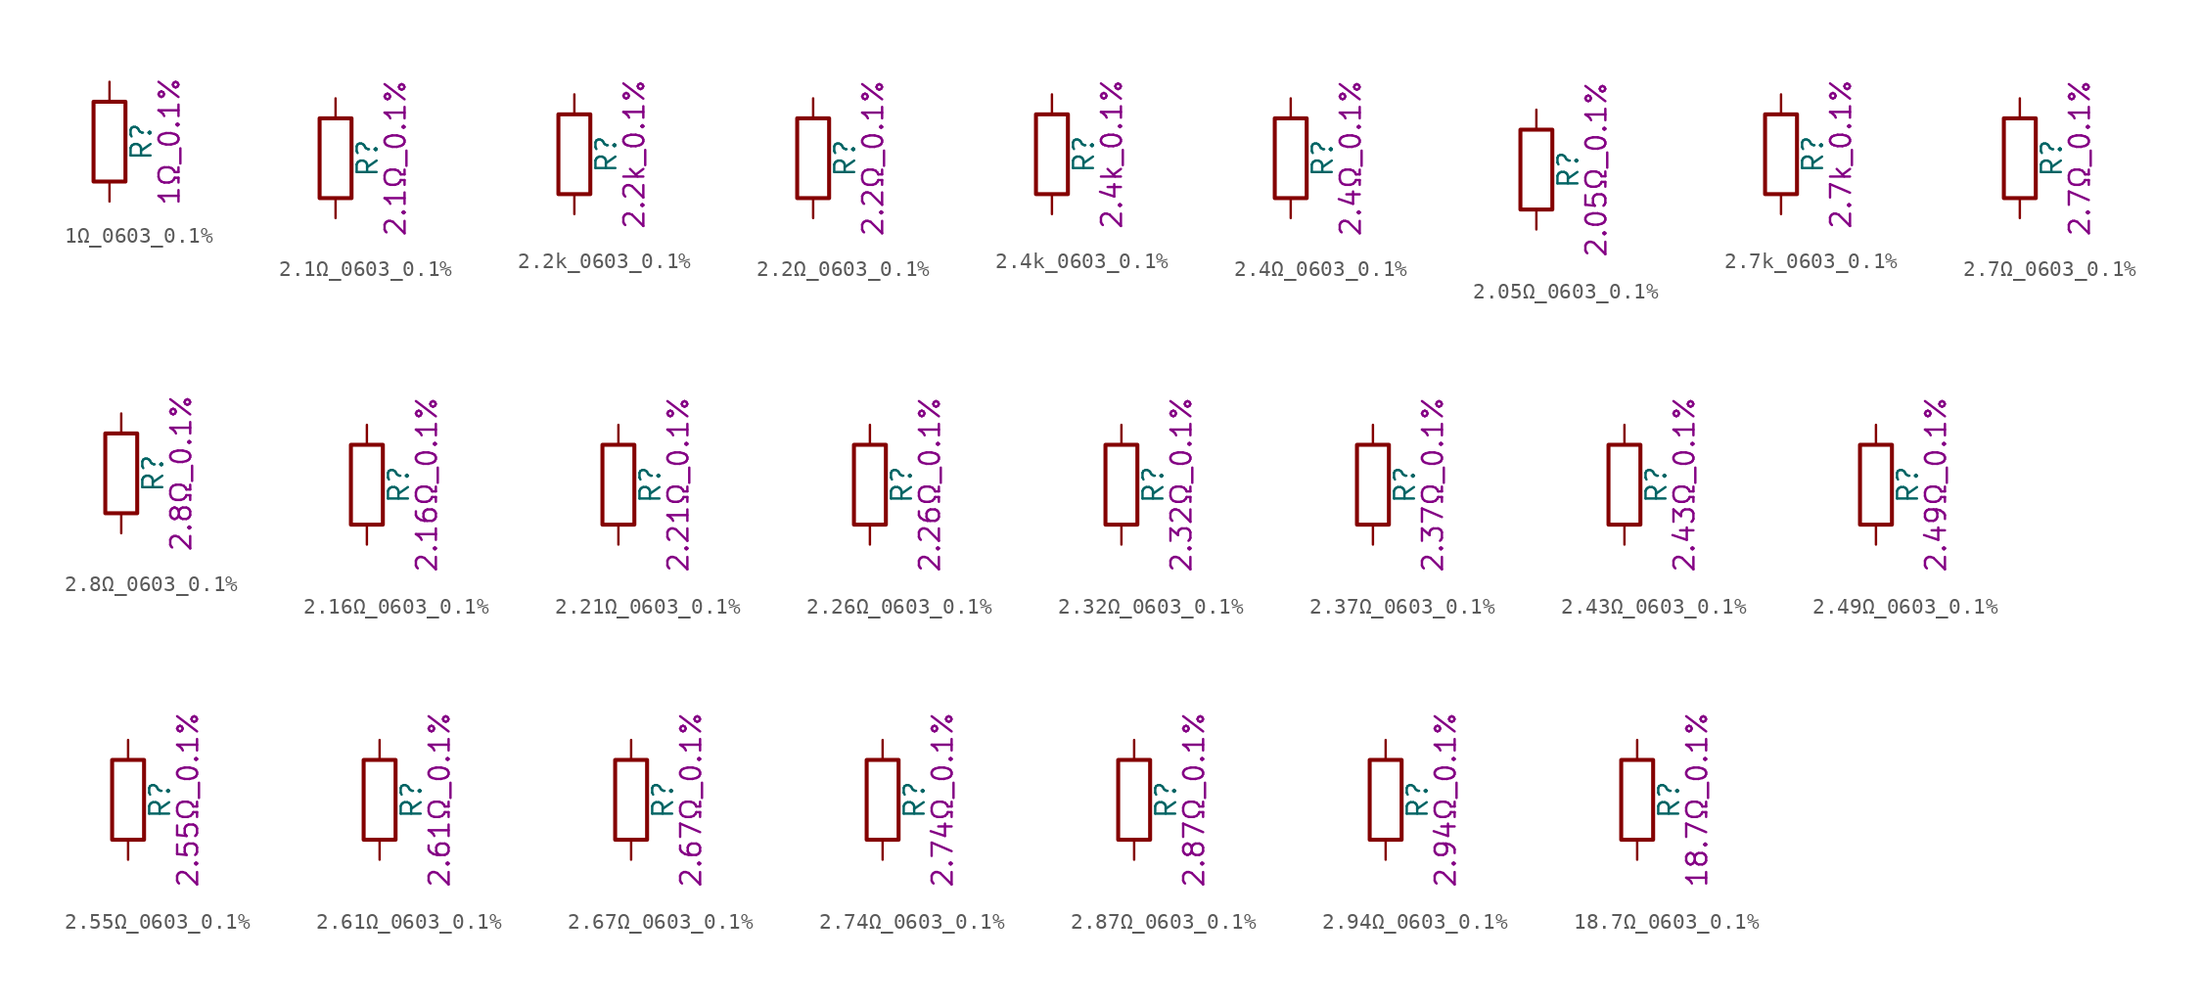
<source format=kicad_sym>
(kicad_symbol_lib
  (version 20211014)
  (generator kicad_symbol_editor)
  (symbol "1Ω_0603_0.1%"
    (pin_numbers hide)
    (pin_names
      (offset 0))
    (property "Reference" "R"
      (at 2.032 0 90)
      (effects (font (size 1.27 1.27))))
    (property "Display" "1Ω_0.1%"
      (at 3.81 0 90)
      (effects (font (size 1.27 1.27))))
    (symbol "1Ω_0603_0.1%_0_1"
      (rectangle (start -1.016 -2.54) (end 1.016 2.54) (stroke (width 0.254) (type default) (color 0 0 0 0)) (fill (type none))))
    (symbol "1Ω_0603_0.1%_1_1"
      (pin passive line (at 0 3.81 270) (length 1.27) (name "~" (effects (font (size 1.27 1.27)))) (number "1" (effects (font (size 1.27 1.27)))))
      (pin passive line (at 0 -3.81 90) (length 1.27) (name "~" (effects (font (size 1.27 1.27)))) (number "2" (effects (font (size 1.27 1.27)))))))
  (symbol "2.1Ω_0603_0.1%"
    (pin_numbers hide)
    (pin_names
      (offset 0))
    (property "Reference" "R"
      (at 2.032 0 90)
      (effects (font (size 1.27 1.27))))
    (property "Display" "2.1Ω_0.1%"
      (at 3.81 0 90)
      (effects (font (size 1.27 1.27))))
    (symbol "2.1Ω_0603_0.1%_0_1"
      (rectangle (start -1.016 -2.54) (end 1.016 2.54) (stroke (width 0.254) (type default) (color 0 0 0 0)) (fill (type none))))
    (symbol "2.1Ω_0603_0.1%_1_1"
      (pin passive line (at 0 3.81 270) (length 1.27) (name "~" (effects (font (size 1.27 1.27)))) (number "1" (effects (font (size 1.27 1.27)))))
      (pin passive line (at 0 -3.81 90) (length 1.27) (name "~" (effects (font (size 1.27 1.27)))) (number "2" (effects (font (size 1.27 1.27)))))))
  (symbol "2.2k_0603_0.1%"
    (pin_numbers hide)
    (pin_names
      (offset 0))
    (property "Reference" "R"
      (at 2.032 0 90)
      (effects (font (size 1.27 1.27))))
    (property "Display" "2.2k_0.1%"
      (at 3.81 0 90)
      (effects (font (size 1.27 1.27))))
    (symbol "2.2k_0603_0.1%_0_1"
      (rectangle (start -1.016 -2.54) (end 1.016 2.54) (stroke (width 0.254) (type default) (color 0 0 0 0)) (fill (type none))))
    (symbol "2.2k_0603_0.1%_1_1"
      (pin passive line (at 0 3.81 270) (length 1.27) (name "~" (effects (font (size 1.27 1.27)))) (number "1" (effects (font (size 1.27 1.27)))))
      (pin passive line (at 0 -3.81 90) (length 1.27) (name "~" (effects (font (size 1.27 1.27)))) (number "2" (effects (font (size 1.27 1.27)))))))
  (symbol "2.2Ω_0603_0.1%"
    (pin_numbers hide)
    (pin_names
      (offset 0))
    (property "Reference" "R"
      (at 2.032 0 90)
      (effects (font (size 1.27 1.27))))
    (property "Display" "2.2Ω_0.1%"
      (at 3.81 0 90)
      (effects (font (size 1.27 1.27))))
    (symbol "2.2Ω_0603_0.1%_0_1"
      (rectangle (start -1.016 -2.54) (end 1.016 2.54) (stroke (width 0.254) (type default) (color 0 0 0 0)) (fill (type none))))
    (symbol "2.2Ω_0603_0.1%_1_1"
      (pin passive line (at 0 3.81 270) (length 1.27) (name "~" (effects (font (size 1.27 1.27)))) (number "1" (effects (font (size 1.27 1.27)))))
      (pin passive line (at 0 -3.81 90) (length 1.27) (name "~" (effects (font (size 1.27 1.27)))) (number "2" (effects (font (size 1.27 1.27)))))))
  (symbol "2.4k_0603_0.1%"
    (pin_numbers hide)
    (pin_names
      (offset 0))
    (property "Reference" "R"
      (at 2.032 0 90)
      (effects (font (size 1.27 1.27))))
    (property "Display" "2.4k_0.1%"
      (at 3.81 0 90)
      (effects (font (size 1.27 1.27))))
    (symbol "2.4k_0603_0.1%_0_1"
      (rectangle (start -1.016 -2.54) (end 1.016 2.54) (stroke (width 0.254) (type default) (color 0 0 0 0)) (fill (type none))))
    (symbol "2.4k_0603_0.1%_1_1"
      (pin passive line (at 0 3.81 270) (length 1.27) (name "~" (effects (font (size 1.27 1.27)))) (number "1" (effects (font (size 1.27 1.27)))))
      (pin passive line (at 0 -3.81 90) (length 1.27) (name "~" (effects (font (size 1.27 1.27)))) (number "2" (effects (font (size 1.27 1.27)))))))
  (symbol "2.4Ω_0603_0.1%"
    (pin_numbers hide)
    (pin_names
      (offset 0))
    (property "Reference" "R"
      (at 2.032 0 90)
      (effects (font (size 1.27 1.27))))
    (property "Display" "2.4Ω_0.1%"
      (at 3.81 0 90)
      (effects (font (size 1.27 1.27))))
    (symbol "2.4Ω_0603_0.1%_0_1"
      (rectangle (start -1.016 -2.54) (end 1.016 2.54) (stroke (width 0.254) (type default) (color 0 0 0 0)) (fill (type none))))
    (symbol "2.4Ω_0603_0.1%_1_1"
      (pin passive line (at 0 3.81 270) (length 1.27) (name "~" (effects (font (size 1.27 1.27)))) (number "1" (effects (font (size 1.27 1.27)))))
      (pin passive line (at 0 -3.81 90) (length 1.27) (name "~" (effects (font (size 1.27 1.27)))) (number "2" (effects (font (size 1.27 1.27)))))))
  (symbol "2.05Ω_0603_0.1%"
    (pin_numbers hide)
    (pin_names
      (offset 0))
    (property "Reference" "R"
      (at 2.032 0 90)
      (effects (font (size 1.27 1.27))))
    (property "Display" "2.05Ω_0.1%"
      (at 3.81 0 90)
      (effects (font (size 1.27 1.27))))
    (symbol "2.05Ω_0603_0.1%_0_1"
      (rectangle (start -1.016 -2.54) (end 1.016 2.54) (stroke (width 0.254) (type default) (color 0 0 0 0)) (fill (type none))))
    (symbol "2.05Ω_0603_0.1%_1_1"
      (pin passive line (at 0 3.81 270) (length 1.27) (name "~" (effects (font (size 1.27 1.27)))) (number "1" (effects (font (size 1.27 1.27)))))
      (pin passive line (at 0 -3.81 90) (length 1.27) (name "~" (effects (font (size 1.27 1.27)))) (number "2" (effects (font (size 1.27 1.27)))))))
  (symbol "2.7k_0603_0.1%"
    (pin_numbers hide)
    (pin_names
      (offset 0))
    (property "Reference" "R"
      (at 2.032 0 90)
      (effects (font (size 1.27 1.27))))
    (property "Display" "2.7k_0.1%"
      (at 3.81 0 90)
      (effects (font (size 1.27 1.27))))
    (symbol "2.7k_0603_0.1%_0_1"
      (rectangle (start -1.016 -2.54) (end 1.016 2.54) (stroke (width 0.254) (type default) (color 0 0 0 0)) (fill (type none))))
    (symbol "2.7k_0603_0.1%_1_1"
      (pin passive line (at 0 3.81 270) (length 1.27) (name "~" (effects (font (size 1.27 1.27)))) (number "1" (effects (font (size 1.27 1.27)))))
      (pin passive line (at 0 -3.81 90) (length 1.27) (name "~" (effects (font (size 1.27 1.27)))) (number "2" (effects (font (size 1.27 1.27)))))))
  (symbol "2.7Ω_0603_0.1%"
    (pin_numbers hide)
    (pin_names
      (offset 0))
    (property "Reference" "R"
      (at 2.032 0 90)
      (effects (font (size 1.27 1.27))))
    (property "Display" "2.7Ω_0.1%"
      (at 3.81 0 90)
      (effects (font (size 1.27 1.27))))
    (symbol "2.7Ω_0603_0.1%_0_1"
      (rectangle (start -1.016 -2.54) (end 1.016 2.54) (stroke (width 0.254) (type default) (color 0 0 0 0)) (fill (type none))))
    (symbol "2.7Ω_0603_0.1%_1_1"
      (pin passive line (at 0 3.81 270) (length 1.27) (name "~" (effects (font (size 1.27 1.27)))) (number "1" (effects (font (size 1.27 1.27)))))
      (pin passive line (at 0 -3.81 90) (length 1.27) (name "~" (effects (font (size 1.27 1.27)))) (number "2" (effects (font (size 1.27 1.27)))))))
  (symbol "2.8Ω_0603_0.1%"
    (pin_numbers hide)
    (pin_names
      (offset 0))
    (property "Reference" "R"
      (at 2.032 0 90)
      (effects (font (size 1.27 1.27))))
    (property "Display" "2.8Ω_0.1%"
      (at 3.81 0 90)
      (effects (font (size 1.27 1.27))))
    (symbol "2.8Ω_0603_0.1%_0_1"
      (rectangle (start -1.016 -2.54) (end 1.016 2.54) (stroke (width 0.254) (type default) (color 0 0 0 0)) (fill (type none))))
    (symbol "2.8Ω_0603_0.1%_1_1"
      (pin passive line (at 0 3.81 270) (length 1.27) (name "~" (effects (font (size 1.27 1.27)))) (number "1" (effects (font (size 1.27 1.27)))))
      (pin passive line (at 0 -3.81 90) (length 1.27) (name "~" (effects (font (size 1.27 1.27)))) (number "2" (effects (font (size 1.27 1.27)))))))
  (symbol "2.16Ω_0603_0.1%"
    (pin_numbers hide)
    (pin_names
      (offset 0))
    (property "Reference" "R"
      (at 2.032 0 90)
      (effects (font (size 1.27 1.27))))
    (property "Display" "2.16Ω_0.1%"
      (at 3.81 0 90)
      (effects (font (size 1.27 1.27))))
    (symbol "2.16Ω_0603_0.1%_0_1"
      (rectangle (start -1.016 -2.54) (end 1.016 2.54) (stroke (width 0.254) (type default) (color 0 0 0 0)) (fill (type none))))
    (symbol "2.16Ω_0603_0.1%_1_1"
      (pin passive line (at 0 3.81 270) (length 1.27) (name "~" (effects (font (size 1.27 1.27)))) (number "1" (effects (font (size 1.27 1.27)))))
      (pin passive line (at 0 -3.81 90) (length 1.27) (name "~" (effects (font (size 1.27 1.27)))) (number "2" (effects (font (size 1.27 1.27)))))))
  (symbol "2.21Ω_0603_0.1%"
    (pin_numbers hide)
    (pin_names
      (offset 0))
    (property "Reference" "R"
      (at 2.032 0 90)
      (effects (font (size 1.27 1.27))))
    (property "Display" "2.21Ω_0.1%"
      (at 3.81 0 90)
      (effects (font (size 1.27 1.27))))
    (symbol "2.21Ω_0603_0.1%_0_1"
      (rectangle (start -1.016 -2.54) (end 1.016 2.54) (stroke (width 0.254) (type default) (color 0 0 0 0)) (fill (type none))))
    (symbol "2.21Ω_0603_0.1%_1_1"
      (pin passive line (at 0 3.81 270) (length 1.27) (name "~" (effects (font (size 1.27 1.27)))) (number "1" (effects (font (size 1.27 1.27)))))
      (pin passive line (at 0 -3.81 90) (length 1.27) (name "~" (effects (font (size 1.27 1.27)))) (number "2" (effects (font (size 1.27 1.27)))))))
  (symbol "2.26Ω_0603_0.1%"
    (pin_numbers hide)
    (pin_names
      (offset 0))
    (property "Reference" "R"
      (at 2.032 0 90)
      (effects (font (size 1.27 1.27))))
    (property "Display" "2.26Ω_0.1%"
      (at 3.81 0 90)
      (effects (font (size 1.27 1.27))))
    (symbol "2.26Ω_0603_0.1%_0_1"
      (rectangle (start -1.016 -2.54) (end 1.016 2.54) (stroke (width 0.254) (type default) (color 0 0 0 0)) (fill (type none))))
    (symbol "2.26Ω_0603_0.1%_1_1"
      (pin passive line (at 0 3.81 270) (length 1.27) (name "~" (effects (font (size 1.27 1.27)))) (number "1" (effects (font (size 1.27 1.27)))))
      (pin passive line (at 0 -3.81 90) (length 1.27) (name "~" (effects (font (size 1.27 1.27)))) (number "2" (effects (font (size 1.27 1.27)))))))
  (symbol "2.32Ω_0603_0.1%"
    (pin_numbers hide)
    (pin_names
      (offset 0))
    (property "Reference" "R"
      (at 2.032 0 90)
      (effects (font (size 1.27 1.27))))
    (property "Display" "2.32Ω_0.1%"
      (at 3.81 0 90)
      (effects (font (size 1.27 1.27))))
    (symbol "2.32Ω_0603_0.1%_0_1"
      (rectangle (start -1.016 -2.54) (end 1.016 2.54) (stroke (width 0.254) (type default) (color 0 0 0 0)) (fill (type none))))
    (symbol "2.32Ω_0603_0.1%_1_1"
      (pin passive line (at 0 3.81 270) (length 1.27) (name "~" (effects (font (size 1.27 1.27)))) (number "1" (effects (font (size 1.27 1.27)))))
      (pin passive line (at 0 -3.81 90) (length 1.27) (name "~" (effects (font (size 1.27 1.27)))) (number "2" (effects (font (size 1.27 1.27)))))))
  (symbol "2.37Ω_0603_0.1%"
    (pin_numbers hide)
    (pin_names
      (offset 0))
    (property "Reference" "R"
      (at 2.032 0 90)
      (effects (font (size 1.27 1.27))))
    (property "Display" "2.37Ω_0.1%"
      (at 3.81 0 90)
      (effects (font (size 1.27 1.27))))
    (symbol "2.37Ω_0603_0.1%_0_1"
      (rectangle (start -1.016 -2.54) (end 1.016 2.54) (stroke (width 0.254) (type default) (color 0 0 0 0)) (fill (type none))))
    (symbol "2.37Ω_0603_0.1%_1_1"
      (pin passive line (at 0 3.81 270) (length 1.27) (name "~" (effects (font (size 1.27 1.27)))) (number "1" (effects (font (size 1.27 1.27)))))
      (pin passive line (at 0 -3.81 90) (length 1.27) (name "~" (effects (font (size 1.27 1.27)))) (number "2" (effects (font (size 1.27 1.27)))))))
  (symbol "2.43Ω_0603_0.1%"
    (pin_numbers hide)
    (pin_names
      (offset 0))
    (property "Reference" "R"
      (at 2.032 0 90)
      (effects (font (size 1.27 1.27))))
    (property "Display" "2.43Ω_0.1%"
      (at 3.81 0 90)
      (effects (font (size 1.27 1.27))))
    (symbol "2.43Ω_0603_0.1%_0_1"
      (rectangle (start -1.016 -2.54) (end 1.016 2.54) (stroke (width 0.254) (type default) (color 0 0 0 0)) (fill (type none))))
    (symbol "2.43Ω_0603_0.1%_1_1"
      (pin passive line (at 0 3.81 270) (length 1.27) (name "~" (effects (font (size 1.27 1.27)))) (number "1" (effects (font (size 1.27 1.27)))))
      (pin passive line (at 0 -3.81 90) (length 1.27) (name "~" (effects (font (size 1.27 1.27)))) (number "2" (effects (font (size 1.27 1.27)))))))
  (symbol "2.49Ω_0603_0.1%"
    (pin_numbers hide)
    (pin_names
      (offset 0))
    (property "Reference" "R"
      (at 2.032 0 90)
      (effects (font (size 1.27 1.27))))
    (property "Display" "2.49Ω_0.1%"
      (at 3.81 0 90)
      (effects (font (size 1.27 1.27))))
    (symbol "2.49Ω_0603_0.1%_0_1"
      (rectangle (start -1.016 -2.54) (end 1.016 2.54) (stroke (width 0.254) (type default) (color 0 0 0 0)) (fill (type none))))
    (symbol "2.49Ω_0603_0.1%_1_1"
      (pin passive line (at 0 3.81 270) (length 1.27) (name "~" (effects (font (size 1.27 1.27)))) (number "1" (effects (font (size 1.27 1.27)))))
      (pin passive line (at 0 -3.81 90) (length 1.27) (name "~" (effects (font (size 1.27 1.27)))) (number "2" (effects (font (size 1.27 1.27)))))))
  (symbol "2.55Ω_0603_0.1%"
    (pin_numbers hide)
    (pin_names
      (offset 0))
    (property "Reference" "R"
      (at 2.032 0 90)
      (effects (font (size 1.27 1.27))))
    (property "Display" "2.55Ω_0.1%"
      (at 3.81 0 90)
      (effects (font (size 1.27 1.27))))
    (symbol "2.55Ω_0603_0.1%_0_1"
      (rectangle (start -1.016 -2.54) (end 1.016 2.54) (stroke (width 0.254) (type default) (color 0 0 0 0)) (fill (type none))))
    (symbol "2.55Ω_0603_0.1%_1_1"
      (pin passive line (at 0 3.81 270) (length 1.27) (name "~" (effects (font (size 1.27 1.27)))) (number "1" (effects (font (size 1.27 1.27)))))
      (pin passive line (at 0 -3.81 90) (length 1.27) (name "~" (effects (font (size 1.27 1.27)))) (number "2" (effects (font (size 1.27 1.27)))))))
  (symbol "2.61Ω_0603_0.1%"
    (pin_numbers hide)
    (pin_names
      (offset 0))
    (property "Reference" "R"
      (at 2.032 0 90)
      (effects (font (size 1.27 1.27))))
    (property "Display" "2.61Ω_0.1%"
      (at 3.81 0 90)
      (effects (font (size 1.27 1.27))))
    (symbol "2.61Ω_0603_0.1%_0_1"
      (rectangle (start -1.016 -2.54) (end 1.016 2.54) (stroke (width 0.254) (type default) (color 0 0 0 0)) (fill (type none))))
    (symbol "2.61Ω_0603_0.1%_1_1"
      (pin passive line (at 0 3.81 270) (length 1.27) (name "~" (effects (font (size 1.27 1.27)))) (number "1" (effects (font (size 1.27 1.27)))))
      (pin passive line (at 0 -3.81 90) (length 1.27) (name "~" (effects (font (size 1.27 1.27)))) (number "2" (effects (font (size 1.27 1.27)))))))
  (symbol "2.67Ω_0603_0.1%"
    (pin_numbers hide)
    (pin_names
      (offset 0))
    (property "Reference" "R"
      (at 2.032 0 90)
      (effects (font (size 1.27 1.27))))
    (property "Display" "2.67Ω_0.1%"
      (at 3.81 0 90)
      (effects (font (size 1.27 1.27))))
    (symbol "2.67Ω_0603_0.1%_0_1"
      (rectangle (start -1.016 -2.54) (end 1.016 2.54) (stroke (width 0.254) (type default) (color 0 0 0 0)) (fill (type none))))
    (symbol "2.67Ω_0603_0.1%_1_1"
      (pin passive line (at 0 3.81 270) (length 1.27) (name "~" (effects (font (size 1.27 1.27)))) (number "1" (effects (font (size 1.27 1.27)))))
      (pin passive line (at 0 -3.81 90) (length 1.27) (name "~" (effects (font (size 1.27 1.27)))) (number "2" (effects (font (size 1.27 1.27)))))))
  (symbol "2.74Ω_0603_0.1%"
    (pin_numbers hide)
    (pin_names
      (offset 0))
    (property "Reference" "R"
      (at 2.032 0 90)
      (effects (font (size 1.27 1.27))))
    (property "Display" "2.74Ω_0.1%"
      (at 3.81 0 90)
      (effects (font (size 1.27 1.27))))
    (symbol "2.74Ω_0603_0.1%_0_1"
      (rectangle (start -1.016 -2.54) (end 1.016 2.54) (stroke (width 0.254) (type default) (color 0 0 0 0)) (fill (type none))))
    (symbol "2.74Ω_0603_0.1%_1_1"
      (pin passive line (at 0 3.81 270) (length 1.27) (name "~" (effects (font (size 1.27 1.27)))) (number "1" (effects (font (size 1.27 1.27)))))
      (pin passive line (at 0 -3.81 90) (length 1.27) (name "~" (effects (font (size 1.27 1.27)))) (number "2" (effects (font (size 1.27 1.27)))))))
  (symbol "2.87Ω_0603_0.1%"
    (pin_numbers hide)
    (pin_names
      (offset 0))
    (property "Reference" "R"
      (at 2.032 0 90)
      (effects (font (size 1.27 1.27))))
    (property "Display" "2.87Ω_0.1%"
      (at 3.81 0 90)
      (effects (font (size 1.27 1.27))))
    (symbol "2.87Ω_0603_0.1%_0_1"
      (rectangle (start -1.016 -2.54) (end 1.016 2.54) (stroke (width 0.254) (type default) (color 0 0 0 0)) (fill (type none))))
    (symbol "2.87Ω_0603_0.1%_1_1"
      (pin passive line (at 0 3.81 270) (length 1.27) (name "~" (effects (font (size 1.27 1.27)))) (number "1" (effects (font (size 1.27 1.27)))))
      (pin passive line (at 0 -3.81 90) (length 1.27) (name "~" (effects (font (size 1.27 1.27)))) (number "2" (effects (font (size 1.27 1.27)))))))
  (symbol "2.94Ω_0603_0.1%"
    (pin_numbers hide)
    (pin_names
      (offset 0))
    (property "Reference" "R"
      (at 2.032 0 90)
      (effects (font (size 1.27 1.27))))
    (property "Display" "2.94Ω_0.1%"
      (at 3.81 0 90)
      (effects (font (size 1.27 1.27))))
    (symbol "2.94Ω_0603_0.1%_0_1"
      (rectangle (start -1.016 -2.54) (end 1.016 2.54) (stroke (width 0.254) (type default) (color 0 0 0 0)) (fill (type none))))
    (symbol "2.94Ω_0603_0.1%_1_1"
      (pin passive line (at 0 3.81 270) (length 1.27) (name "~" (effects (font (size 1.27 1.27)))) (number "1" (effects (font (size 1.27 1.27)))))
      (pin passive line (at 0 -3.81 90) (length 1.27) (name "~" (effects (font (size 1.27 1.27)))) (number "2" (effects (font (size 1.27 1.27)))))))
  (symbol "18.7Ω_0603_0.1%"
    (pin_numbers hide)
    (pin_names
      (offset 0))
    (property "Reference" "R"
      (at 2.032 0 90)
      (effects (font (size 1.27 1.27))))
    (property "Display" "18.7Ω_0.1%"
      (at 3.81 0 90)
      (effects (font (size 1.27 1.27))))
    (symbol "18.7Ω_0603_0.1%_0_1"
      (rectangle (start -1.016 -2.54) (end 1.016 2.54) (stroke (width 0.254) (type default) (color 0 0 0 0)) (fill (type none))))
    (symbol "18.7Ω_0603_0.1%_1_1"
      (pin passive line (at 0 3.81 270) (length 1.27) (name "~" (effects (font (size 1.27 1.27)))) (number "1" (effects (font (size 1.27 1.27)))))
      (pin passive line (at 0 -3.81 90) (length 1.27) (name "~" (effects (font (size 1.27 1.27)))) (number "2" (effects (font (size 1.27 1.27))))))))
</source>
